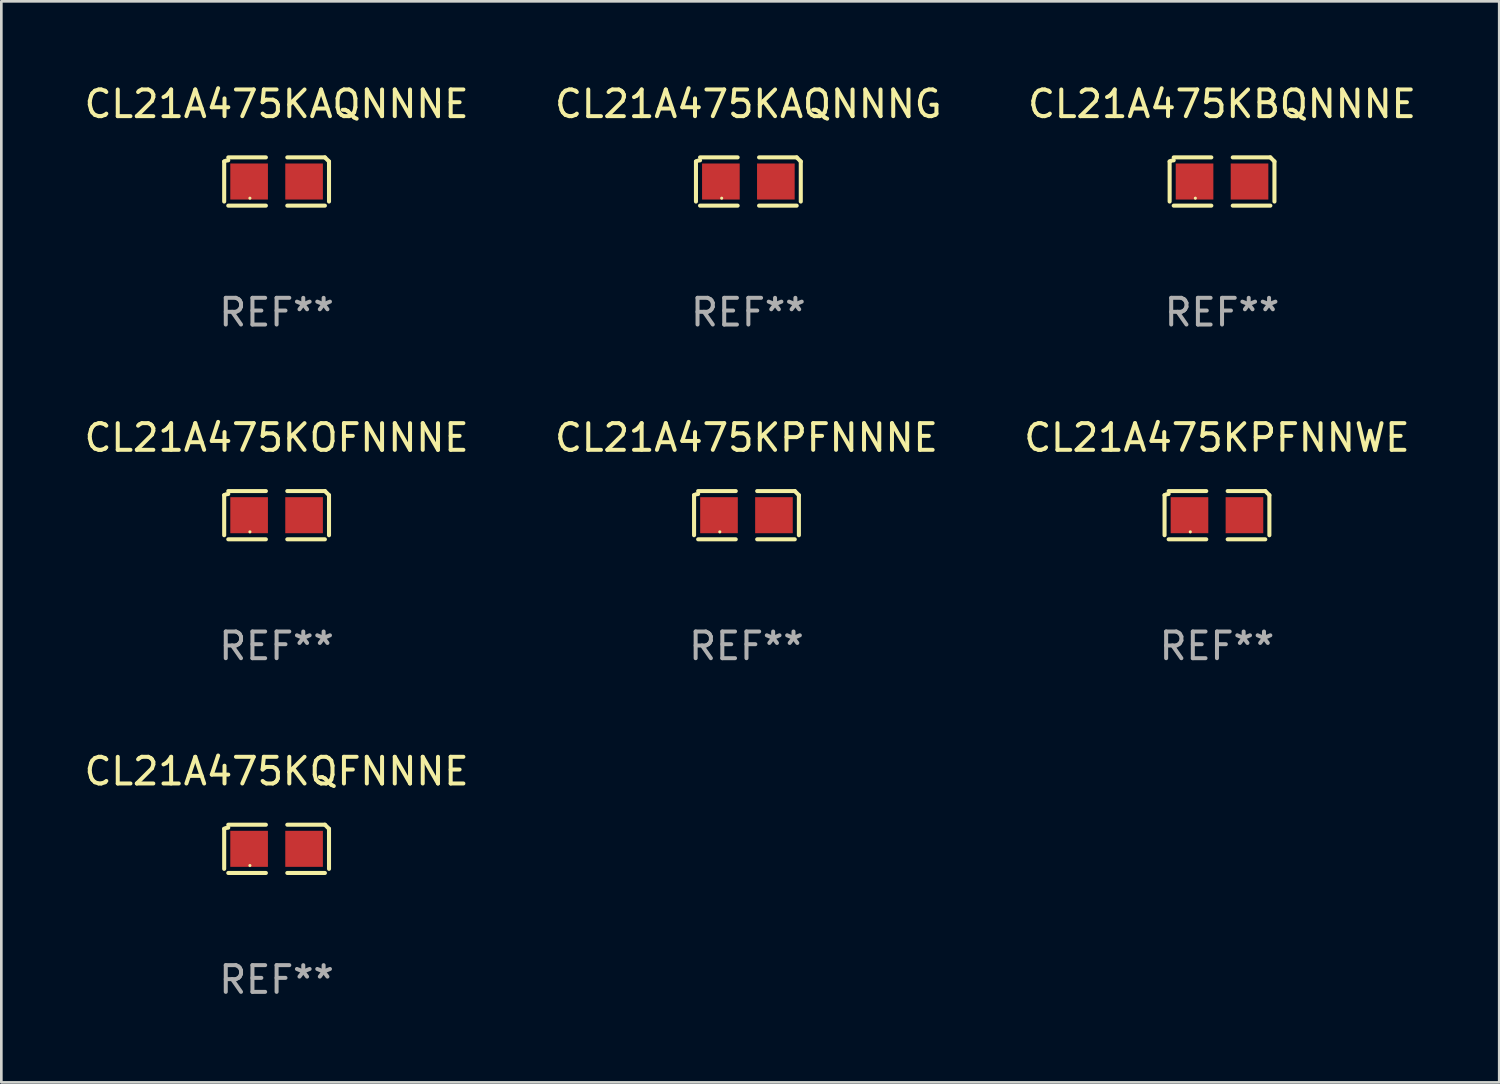
<source format=kicad_pcb>
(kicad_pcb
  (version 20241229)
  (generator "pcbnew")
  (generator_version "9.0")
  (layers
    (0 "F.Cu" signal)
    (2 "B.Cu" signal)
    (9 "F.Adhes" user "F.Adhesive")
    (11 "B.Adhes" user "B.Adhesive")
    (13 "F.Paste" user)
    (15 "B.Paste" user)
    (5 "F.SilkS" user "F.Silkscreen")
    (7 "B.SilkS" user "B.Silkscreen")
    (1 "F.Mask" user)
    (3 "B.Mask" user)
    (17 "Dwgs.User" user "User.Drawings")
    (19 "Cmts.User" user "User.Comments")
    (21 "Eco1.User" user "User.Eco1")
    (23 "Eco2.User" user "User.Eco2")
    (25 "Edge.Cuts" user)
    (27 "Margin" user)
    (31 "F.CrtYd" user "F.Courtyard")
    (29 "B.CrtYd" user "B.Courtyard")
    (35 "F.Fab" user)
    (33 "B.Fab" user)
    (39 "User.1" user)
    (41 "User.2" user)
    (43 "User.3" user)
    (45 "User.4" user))
  (footprint "CL21A475KQFNNNE"
    (layer "F.Cu")
    (at 7.315 28.759)
    (property "Reference" "CL21A475KQFNNNE" (at 0 -2.904 0) (layer "F.SilkS") (effects (font (size 1 1) (thickness 0.15))))
    (attr through_hole)
    (fp_line (start -1.964 0.751) (end -1.964 -0.751) (stroke (width 0.152) (type solid)) (layer "F.SilkS"))
    (fp_line (start -1.811 -0.904) (end -0.401 -0.904) (stroke (width 0.152) (type solid)) (layer "F.SilkS"))
    (fp_line (start -0.401 0.904) (end -1.811 0.904) (stroke (width 0.152) (type solid)) (layer "F.SilkS"))
    (fp_line (start 0.401 0.904) (end 1.811 0.904) (stroke (width 0.152) (type solid)) (layer "F.SilkS"))
    (fp_line (start 1.811 -0.904) (end 0.401 -0.904) (stroke (width 0.152) (type solid)) (layer "F.SilkS"))
    (fp_line (start 1.964 0.751) (end 1.964 -0.751) (stroke (width 0.152) (type solid)) (layer "F.SilkS"))
    (fp_arc (start -1.963602 -0.751207) (mid -1.890354 -0.783131) (end -1.811201 -0.794044) (stroke (width 0.1524) (type solid)) (layer "F.SilkS"))
    (fp_arc (start 1.811202 -0.903607) (mid 1.887413 -0.827418) (end 1.963602 -0.751207) (stroke (width 0.1524) (type solid)) (layer "F.SilkS"))
    (fp_circle (center -1 0.625) (end -0.97 0.625) (stroke (width 0.06) (type solid)) (fill no) (layer "F.SilkS"))
    (fp_text user "REF**" (at 0 4.904 0) (layer "F.Fab") (effects (font (size 1 1) (thickness 0.15))))
    (pad "1" smd rect (at -1.03 0) (size 1.41 1.35) (layers "F.Cu" "F.Mask" "F.Paste"))
    (pad "2" smd rect (at 1.03 0) (size 1.41 1.35) (layers "F.Cu" "F.Mask" "F.Paste")))
  (footprint "CL21A475KBQNNNE"
    (layer "F.Cu")
    (at 42.744 3.752)
    (property "Reference" "CL21A475KBQNNNE" (at 0 -2.904 0) (layer "F.SilkS") (effects (font (size 1 1) (thickness 0.15))))
    (attr through_hole)
    (fp_line (start -1.964 0.751) (end -1.964 -0.751) (stroke (width 0.152) (type solid)) (layer "F.SilkS"))
    (fp_line (start -1.811 -0.904) (end -0.401 -0.904) (stroke (width 0.152) (type solid)) (layer "F.SilkS"))
    (fp_line (start -0.401 0.904) (end -1.811 0.904) (stroke (width 0.152) (type solid)) (layer "F.SilkS"))
    (fp_line (start 0.401 0.904) (end 1.811 0.904) (stroke (width 0.152) (type solid)) (layer "F.SilkS"))
    (fp_line (start 1.811 -0.904) (end 0.401 -0.904) (stroke (width 0.152) (type solid)) (layer "F.SilkS"))
    (fp_line (start 1.964 0.751) (end 1.964 -0.751) (stroke (width 0.152) (type solid)) (layer "F.SilkS"))
    (fp_arc (start -1.963602 -0.751207) (mid -1.890354 -0.783131) (end -1.811201 -0.794044) (stroke (width 0.1524) (type solid)) (layer "F.SilkS"))
    (fp_arc (start 1.811202 -0.903607) (mid 1.887413 -0.827418) (end 1.963602 -0.751207) (stroke (width 0.1524) (type solid)) (layer "F.SilkS"))
    (fp_circle (center -1 0.625) (end -0.97 0.625) (stroke (width 0.06) (type solid)) (fill no) (layer "F.SilkS"))
    (fp_text user "REF**" (at 0 4.904 0) (layer "F.Fab") (effects (font (size 1 1) (thickness 0.15))))
    (pad "1" smd rect (at -1.03 0) (size 1.41 1.35) (layers "F.Cu" "F.Mask" "F.Paste"))
    (pad "2" smd rect (at 1.03 0) (size 1.41 1.35) (layers "F.Cu" "F.Mask" "F.Paste")))
  (footprint "CL21A475KPFNNNE"
    (layer "F.Cu")
    (at 24.923 16.256)
    (property "Reference" "CL21A475KPFNNNE" (at 0 -2.904 0) (layer "F.SilkS") (effects (font (size 1 1) (thickness 0.15))))
    (attr through_hole)
    (fp_line (start -1.964 0.751) (end -1.964 -0.751) (stroke (width 0.152) (type solid)) (layer "F.SilkS"))
    (fp_line (start -1.811 -0.904) (end -0.401 -0.904) (stroke (width 0.152) (type solid)) (layer "F.SilkS"))
    (fp_line (start -0.401 0.904) (end -1.811 0.904) (stroke (width 0.152) (type solid)) (layer "F.SilkS"))
    (fp_line (start 0.401 0.904) (end 1.811 0.904) (stroke (width 0.152) (type solid)) (layer "F.SilkS"))
    (fp_line (start 1.811 -0.904) (end 0.401 -0.904) (stroke (width 0.152) (type solid)) (layer "F.SilkS"))
    (fp_line (start 1.964 0.751) (end 1.964 -0.751) (stroke (width 0.152) (type solid)) (layer "F.SilkS"))
    (fp_arc (start -1.963602 -0.751207) (mid -1.890354 -0.783131) (end -1.811201 -0.794044) (stroke (width 0.1524) (type solid)) (layer "F.SilkS"))
    (fp_arc (start 1.811202 -0.903607) (mid 1.887413 -0.827418) (end 1.963602 -0.751207) (stroke (width 0.1524) (type solid)) (layer "F.SilkS"))
    (fp_circle (center -1 0.625) (end -0.97 0.625) (stroke (width 0.06) (type solid)) (fill no) (layer "F.SilkS"))
    (fp_text user "REF**" (at 0 4.904 0) (layer "F.Fab") (effects (font (size 1 1) (thickness 0.15))))
    (pad "1" smd rect (at -1.03 0) (size 1.41 1.35) (layers "F.Cu" "F.Mask" "F.Paste"))
    (pad "2" smd rect (at 1.03 0) (size 1.41 1.35) (layers "F.Cu" "F.Mask" "F.Paste")))
  (footprint "CL21A475KOFNNNE"
    (layer "F.Cu")
    (at 7.315 16.256)
    (property "Reference" "CL21A475KOFNNNE" (at 0 -2.904 0) (layer "F.SilkS") (effects (font (size 1 1) (thickness 0.15))))
    (attr through_hole)
    (fp_line (start -1.964 0.751) (end -1.964 -0.751) (stroke (width 0.152) (type solid)) (layer "F.SilkS"))
    (fp_line (start -1.811 -0.904) (end -0.401 -0.904) (stroke (width 0.152) (type solid)) (layer "F.SilkS"))
    (fp_line (start -0.401 0.904) (end -1.811 0.904) (stroke (width 0.152) (type solid)) (layer "F.SilkS"))
    (fp_line (start 0.401 0.904) (end 1.811 0.904) (stroke (width 0.152) (type solid)) (layer "F.SilkS"))
    (fp_line (start 1.811 -0.904) (end 0.401 -0.904) (stroke (width 0.152) (type solid)) (layer "F.SilkS"))
    (fp_line (start 1.964 0.751) (end 1.964 -0.751) (stroke (width 0.152) (type solid)) (layer "F.SilkS"))
    (fp_arc (start -1.963602 -0.751207) (mid -1.890354 -0.783131) (end -1.811201 -0.794044) (stroke (width 0.1524) (type solid)) (layer "F.SilkS"))
    (fp_arc (start 1.811202 -0.903607) (mid 1.887413 -0.827418) (end 1.963602 -0.751207) (stroke (width 0.1524) (type solid)) (layer "F.SilkS"))
    (fp_circle (center -1 0.625) (end -0.97 0.625) (stroke (width 0.06) (type solid)) (fill no) (layer "F.SilkS"))
    (fp_text user "REF**" (at 0 4.904 0) (layer "F.Fab") (effects (font (size 1 1) (thickness 0.15))))
    (pad "1" smd rect (at -1.03 0) (size 1.41 1.35) (layers "F.Cu" "F.Mask" "F.Paste"))
    (pad "2" smd rect (at 1.03 0) (size 1.41 1.35) (layers "F.Cu" "F.Mask" "F.Paste")))
  (footprint "CL21A475KPFNNWE"
    (layer "F.Cu")
    (at 42.554 16.256)
    (property "Reference" "CL21A475KPFNNWE" (at 0 -2.904 0) (layer "F.SilkS") (effects (font (size 1 1) (thickness 0.15))))
    (attr through_hole)
    (fp_line (start -1.964 0.751) (end -1.964 -0.751) (stroke (width 0.152) (type solid)) (layer "F.SilkS"))
    (fp_line (start -1.811 -0.904) (end -0.401 -0.904) (stroke (width 0.152) (type solid)) (layer "F.SilkS"))
    (fp_line (start -0.401 0.904) (end -1.811 0.904) (stroke (width 0.152) (type solid)) (layer "F.SilkS"))
    (fp_line (start 0.401 0.904) (end 1.811 0.904) (stroke (width 0.152) (type solid)) (layer "F.SilkS"))
    (fp_line (start 1.811 -0.904) (end 0.401 -0.904) (stroke (width 0.152) (type solid)) (layer "F.SilkS"))
    (fp_line (start 1.964 0.751) (end 1.964 -0.751) (stroke (width 0.152) (type solid)) (layer "F.SilkS"))
    (fp_arc (start -1.963602 -0.751207) (mid -1.890354 -0.783131) (end -1.811201 -0.794044) (stroke (width 0.1524) (type solid)) (layer "F.SilkS"))
    (fp_arc (start 1.811202 -0.903607) (mid 1.887413 -0.827418) (end 1.963602 -0.751207) (stroke (width 0.1524) (type solid)) (layer "F.SilkS"))
    (fp_circle (center -1 0.625) (end -0.97 0.625) (stroke (width 0.06) (type solid)) (fill no) (layer "F.SilkS"))
    (fp_text user "REF**" (at 0 4.904 0) (layer "F.Fab") (effects (font (size 1 1) (thickness 0.15))))
    (pad "1" smd rect (at -1.03 0) (size 1.41 1.35) (layers "F.Cu" "F.Mask" "F.Paste"))
    (pad "2" smd rect (at 1.03 0) (size 1.41 1.35) (layers "F.Cu" "F.Mask" "F.Paste")))
  (footprint "CL21A475KAQNNNE"
    (layer "F.Cu")
    (at 7.315 3.752)
    (property "Reference" "CL21A475KAQNNNE" (at 0 -2.904 0) (layer "F.SilkS") (effects (font (size 1 1) (thickness 0.15))))
    (attr through_hole)
    (fp_line (start -1.964 0.751) (end -1.964 -0.751) (stroke (width 0.152) (type solid)) (layer "F.SilkS"))
    (fp_line (start -1.811 -0.904) (end -0.401 -0.904) (stroke (width 0.152) (type solid)) (layer "F.SilkS"))
    (fp_line (start -0.401 0.904) (end -1.811 0.904) (stroke (width 0.152) (type solid)) (layer "F.SilkS"))
    (fp_line (start 0.401 0.904) (end 1.811 0.904) (stroke (width 0.152) (type solid)) (layer "F.SilkS"))
    (fp_line (start 1.811 -0.904) (end 0.401 -0.904) (stroke (width 0.152) (type solid)) (layer "F.SilkS"))
    (fp_line (start 1.964 0.751) (end 1.964 -0.751) (stroke (width 0.152) (type solid)) (layer "F.SilkS"))
    (fp_arc (start -1.963602 -0.751207) (mid -1.890354 -0.783131) (end -1.811201 -0.794044) (stroke (width 0.1524) (type solid)) (layer "F.SilkS"))
    (fp_arc (start 1.811202 -0.903607) (mid 1.887413 -0.827418) (end 1.963602 -0.751207) (stroke (width 0.1524) (type solid)) (layer "F.SilkS"))
    (fp_circle (center -1 0.625) (end -0.97 0.625) (stroke (width 0.06) (type solid)) (fill no) (layer "F.SilkS"))
    (fp_text user "REF**" (at 0 4.904 0) (layer "F.Fab") (effects (font (size 1 1) (thickness 0.15))))
    (pad "1" smd rect (at -1.03 0) (size 1.41 1.35) (layers "F.Cu" "F.Mask" "F.Paste"))
    (pad "2" smd rect (at 1.03 0) (size 1.41 1.35) (layers "F.Cu" "F.Mask" "F.Paste")))
  (footprint "CL21A475KAQNNNG"
    (layer "F.Cu")
    (at 24.994 3.752)
    (property "Reference" "CL21A475KAQNNNG" (at 0 -2.904 0) (layer "F.SilkS") (effects (font (size 1 1) (thickness 0.15))))
    (attr through_hole)
    (fp_line (start -1.964 0.751) (end -1.964 -0.751) (stroke (width 0.152) (type solid)) (layer "F.SilkS"))
    (fp_line (start -1.811 -0.904) (end -0.401 -0.904) (stroke (width 0.152) (type solid)) (layer "F.SilkS"))
    (fp_line (start -0.401 0.904) (end -1.811 0.904) (stroke (width 0.152) (type solid)) (layer "F.SilkS"))
    (fp_line (start 0.401 0.904) (end 1.811 0.904) (stroke (width 0.152) (type solid)) (layer "F.SilkS"))
    (fp_line (start 1.811 -0.904) (end 0.401 -0.904) (stroke (width 0.152) (type solid)) (layer "F.SilkS"))
    (fp_line (start 1.964 0.751) (end 1.964 -0.751) (stroke (width 0.152) (type solid)) (layer "F.SilkS"))
    (fp_arc (start -1.963602 -0.751207) (mid -1.890354 -0.783131) (end -1.811201 -0.794044) (stroke (width 0.1524) (type solid)) (layer "F.SilkS"))
    (fp_arc (start 1.811202 -0.903607) (mid 1.887413 -0.827418) (end 1.963602 -0.751207) (stroke (width 0.1524) (type solid)) (layer "F.SilkS"))
    (fp_circle (center -1 0.625) (end -0.97 0.625) (stroke (width 0.06) (type solid)) (fill no) (layer "F.SilkS"))
    (fp_text user "REF**" (at 0 4.904 0) (layer "F.Fab") (effects (font (size 1 1) (thickness 0.15))))
    (pad "1" smd rect (at -1.03 0) (size 1.41 1.35) (layers "F.Cu" "F.Mask" "F.Paste"))
    (pad "2" smd rect (at 1.03 0) (size 1.41 1.35) (layers "F.Cu" "F.Mask" "F.Paste")))
  (gr_rect
    (start -3 -3)
    (end 53.131 37.511)
    (stroke (width 0.1) (type default))
    (fill no)
    (layer "Edge.Cuts")))
</source>
